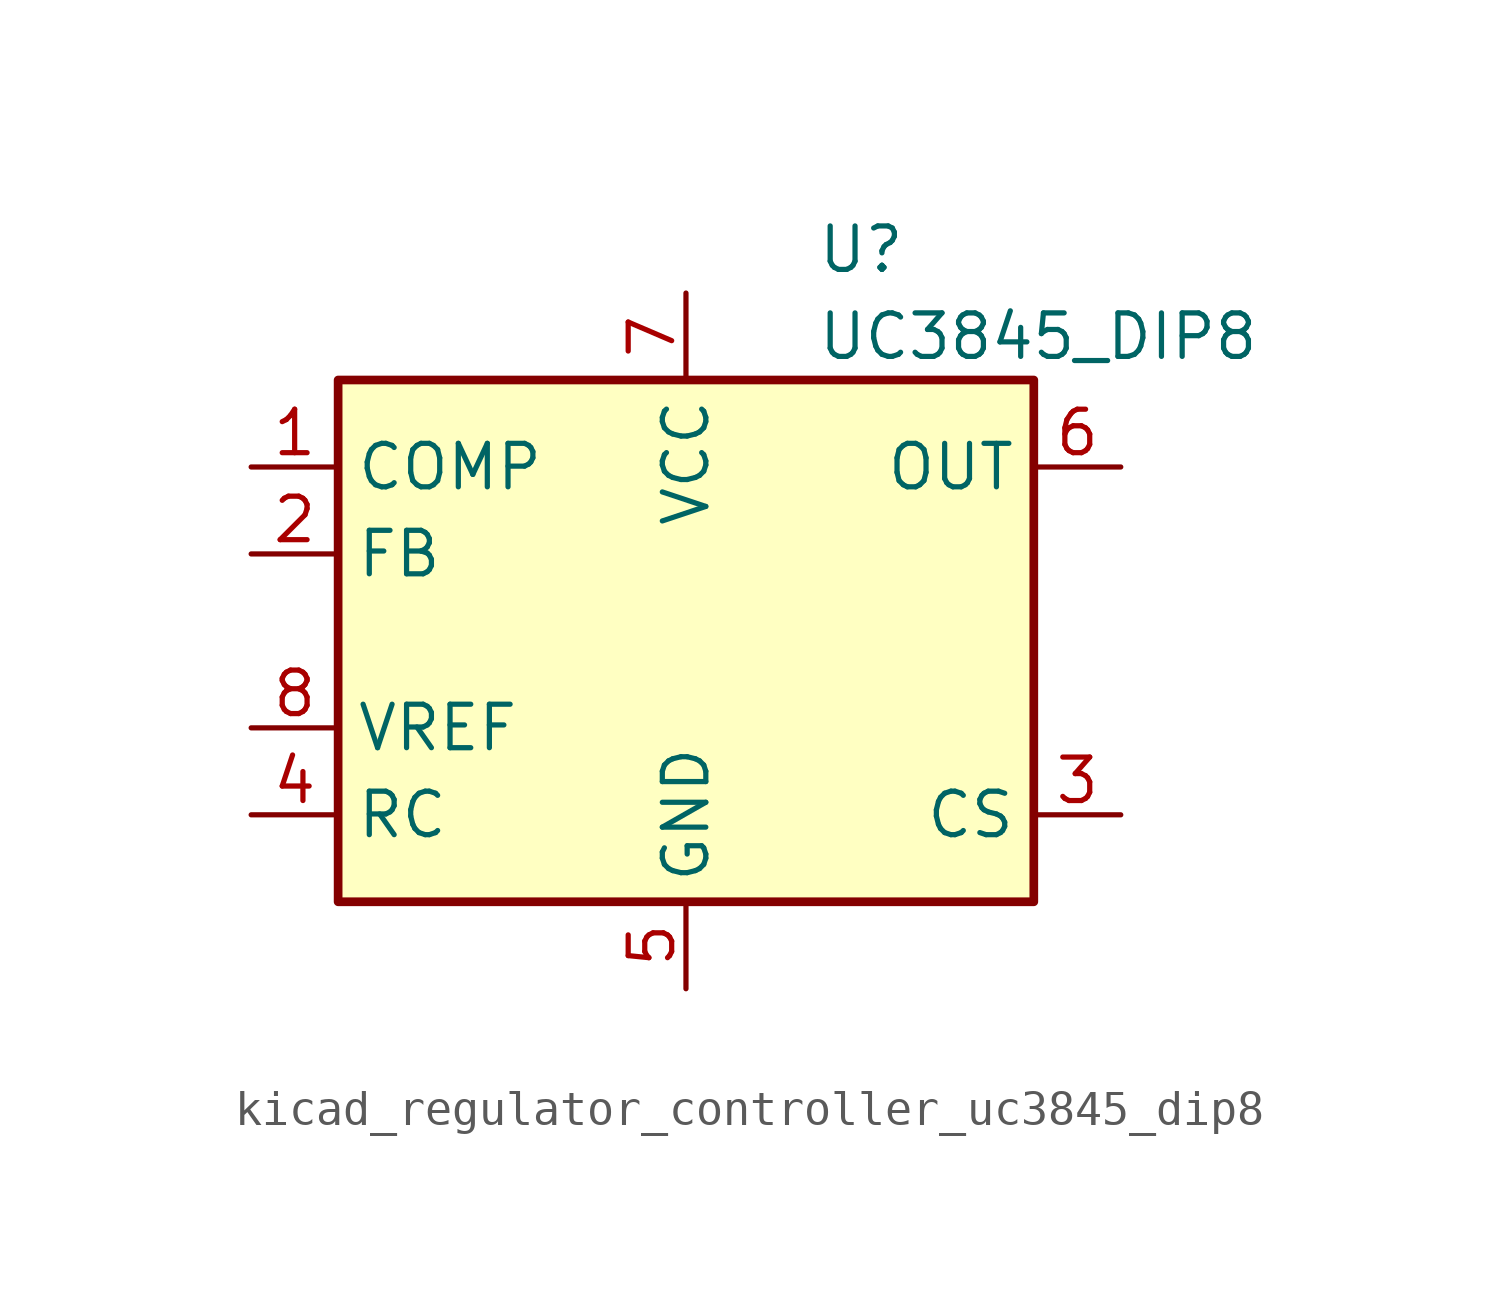
<source format=kicad_sym>
(kicad_symbol_lib
  (version 20220914)
  (generator kicad_symbol_editor)
  (symbol "kicad_regulator_controller_uc3845_dip8"
    (property "Reference" "U"
      (at 3.81 11.43 0)
      (effects (font (size 1.27 1.27)) (justify left)))
    (property "Value" "UC3845_DIP8"
      (at 3.81 8.89 0)
      (effects (font (size 1.27 1.27)) (justify left)))
    (symbol "kicad_regulator_controller_uc3845_dip8_0_1"
      (rectangle (start -10.16 -7.62) (end 10.16 7.62) (stroke (width 0.254) (type default)) (fill (type background))))
    (symbol "kicad_regulator_controller_uc3845_dip8_1_1"
      (pin passive line (at -12.7 5.08 0) (length 2.54) (name "COMP" (effects (font (size 1.27 1.27)))) (number "1" (effects (font (size 1.27 1.27)))))
      (pin input line (at -12.7 2.54 0) (length 2.54) (name "FB" (effects (font (size 1.27 1.27)))) (number "2" (effects (font (size 1.27 1.27)))))
      (pin input line (at 12.7 -5.08 180) (length 2.54) (name "CS" (effects (font (size 1.27 1.27)))) (number "3" (effects (font (size 1.27 1.27)))))
      (pin passive line (at -12.7 -5.08 0) (length 2.54) (name "RC" (effects (font (size 1.27 1.27)))) (number "4" (effects (font (size 1.27 1.27)))))
      (pin power_in line (at 0 -10.16 90) (length 2.54) (name "GND" (effects (font (size 1.27 1.27)))) (number "5" (effects (font (size 1.27 1.27)))))
      (pin output line (at 12.7 5.08 180) (length 2.54) (name "OUT" (effects (font (size 1.27 1.27)))) (number "6" (effects (font (size 1.27 1.27)))))
      (pin power_in line (at 0 10.16 270) (length 2.54) (name "VCC" (effects (font (size 1.27 1.27)))) (number "7" (effects (font (size 1.27 1.27)))))
      (pin power_out line (at -12.7 -2.54 0) (length 2.54) (name "VREF" (effects (font (size 1.27 1.27)))) (number "8" (effects (font (size 1.27 1.27))))))))
</source>
